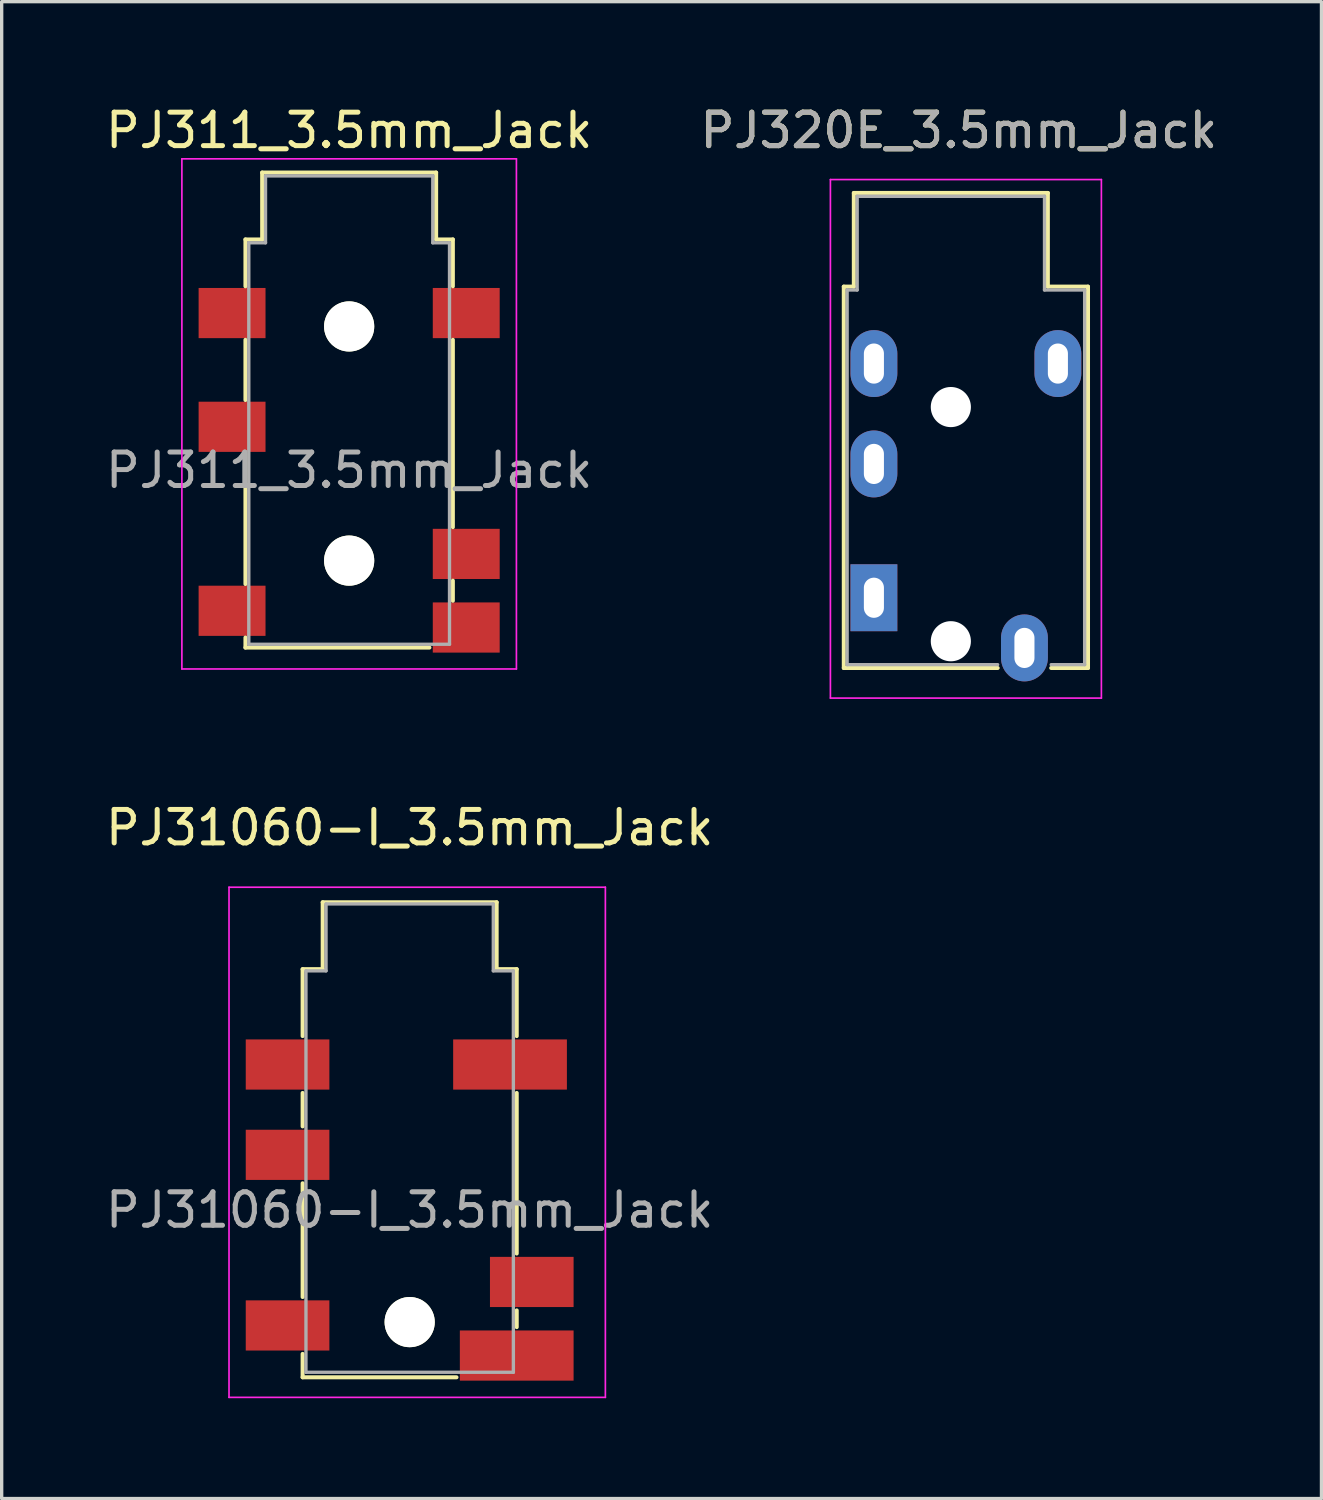
<source format=kicad_pcb>
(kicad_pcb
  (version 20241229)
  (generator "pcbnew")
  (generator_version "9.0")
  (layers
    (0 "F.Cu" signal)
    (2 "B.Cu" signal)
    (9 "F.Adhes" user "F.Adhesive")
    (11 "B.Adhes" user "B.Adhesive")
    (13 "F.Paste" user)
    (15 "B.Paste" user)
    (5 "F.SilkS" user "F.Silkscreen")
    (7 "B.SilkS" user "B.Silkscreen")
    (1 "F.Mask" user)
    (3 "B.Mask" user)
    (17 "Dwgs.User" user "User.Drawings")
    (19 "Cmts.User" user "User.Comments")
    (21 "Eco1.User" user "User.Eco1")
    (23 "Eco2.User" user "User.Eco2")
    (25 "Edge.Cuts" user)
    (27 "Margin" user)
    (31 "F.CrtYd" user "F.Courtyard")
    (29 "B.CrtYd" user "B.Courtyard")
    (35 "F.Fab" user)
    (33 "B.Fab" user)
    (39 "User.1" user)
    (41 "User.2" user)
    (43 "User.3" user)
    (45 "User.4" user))
  (footprint "PJ320E_3.5mm_Jack"
    (layer "F.Cu")
    (at 23.073 14.818)
    (property "Reference" "PJ320E_3.5mm_Jack" (at 2.54 -13.97 0) (layer "F.SilkS") (effects (font (size 1 1) (thickness 0.15))))
    (attr through_hole)
    (fp_line (start -0.9 -9.3) (end -0.9 2.1) (stroke (width 0.12) (type solid)) (layer "F.SilkS"))
    (fp_line (start -0.9 -9.3) (end -0.6 -9.3) (stroke (width 0.12) (type solid)) (layer "F.SilkS"))
    (fp_line (start -0.9 2.1) (end 3.7 2.1) (stroke (width 0.12) (type solid)) (layer "F.SilkS"))
    (fp_line (start -0.6 -9.3) (end -0.6 -12.1) (stroke (width 0.12) (type solid)) (layer "F.SilkS"))
    (fp_line (start 5.2 -12.1) (end -0.6 -12.1) (stroke (width 0.12) (type solid)) (layer "F.SilkS"))
    (fp_line (start 5.2 -9.3) (end 5.2 -12.1) (stroke (width 0.12) (type solid)) (layer "F.SilkS"))
    (fp_line (start 5.2 -9.3) (end 6.4 -9.3) (stroke (width 0.12) (type solid)) (layer "F.SilkS"))
    (fp_line (start 6.4 -9.3) (end 6.4 2.1) (stroke (width 0.12) (type solid)) (layer "F.SilkS"))
    (fp_line (start 6.4 2.1) (end 5.3 2.1) (stroke (width 0.12) (type solid)) (layer "F.SilkS"))
    (fp_line (start -1.3 -12.5) (end -1.3 3) (stroke (width 0.05) (type solid)) (layer "F.CrtYd"))
    (fp_line (start -1.3 -12.5) (end 6.8 -12.5) (stroke (width 0.05) (type solid)) (layer "F.CrtYd"))
    (fp_line (start -1.3 3) (end 6.8 3) (stroke (width 0.05) (type solid)) (layer "F.CrtYd"))
    (fp_line (start 6.8 -12.5) (end 6.8 3) (stroke (width 0.05) (type solid)) (layer "F.CrtYd"))
    (fp_line (start -0.8 -9.2) (end -0.5 -9.2) (stroke (width 0.1) (type solid)) (layer "F.Fab"))
    (fp_line (start -0.8 2) (end -0.8 -9.2) (stroke (width 0.1) (type solid)) (layer "F.Fab"))
    (fp_line (start -0.5 -12) (end 5.1 -12) (stroke (width 0.1) (type solid)) (layer "F.Fab"))
    (fp_line (start -0.5 -9.2) (end -0.5 -12) (stroke (width 0.1) (type solid)) (layer "F.Fab"))
    (fp_line (start 3.7 2) (end -0.8 2) (stroke (width 0.1) (type solid)) (layer "F.Fab"))
    (fp_line (start 5.1 -12) (end 5.1 -9.2) (stroke (width 0.1) (type solid)) (layer "F.Fab"))
    (fp_line (start 5.1 -9.2) (end 6.3 -9.2) (stroke (width 0.1) (type solid)) (layer "F.Fab"))
    (fp_line (start 6.3 -9.2) (end 6.3 2) (stroke (width 0.1) (type solid)) (layer "F.Fab"))
    (fp_line (start 6.3 2) (end 5.3 2) (stroke (width 0.1) (type solid)) (layer "F.Fab"))
    (fp_text user "${REFERENCE}" (at 2.54 -13.97 0) (layer "F.Fab") (effects (font (size 1 1) (thickness 0.15))))
    (pad "" np_thru_hole circle (at 2.3 -5.7 270) (size 1.2 1.2) (drill 1.2) (layers "*.Cu" "*.Mask"))
    (pad "" np_thru_hole circle (at 2.3 1.3 270) (size 1.2 1.2) (drill 1.2) (layers "*.Cu" "*.Mask"))
    (pad "1" thru_hole rect (at 0 0 270) (size 2 1.4) (drill oval 1.2 0.6) (layers "*.Cu" "*.Mask"))
    (pad "2" thru_hole oval (at 0 -4 270) (size 2 1.4) (drill oval 1.2 0.6) (layers "*.Cu" "*.Mask"))
    (pad "3" thru_hole oval (at 0 -7 270) (size 2 1.4) (drill oval 1.2 0.6) (layers "*.Cu" "*.Mask"))
    (pad "4" thru_hole oval (at 4.5 1.5 270) (size 2 1.4) (drill oval 1.2 0.6) (layers "*.Cu" "*.Mask"))
    (pad "5" thru_hole oval (at 5.5 -7 270) (size 2 1.4) (drill oval 1.2 0.6) (layers "*.Cu" "*.Mask")))
  (footprint "PJ311_3.5mm_Jack"
    (layer "F.Cu")
    (at 7.387 11.008)
    (property "Reference" "PJ311_3.5mm_Jack" (at 0 -10.16 0) (layer "F.SilkS") (effects (font (size 1 1) (thickness 0.15))))
    (attr smd)
    (fp_line (start -3.1 -6.9) (end -2.6 -6.9) (stroke (width 0.12) (type solid)) (layer "F.SilkS"))
    (fp_line (start -3.1 -5.5) (end -3.1 -6.9) (stroke (width 0.12) (type solid)) (layer "F.SilkS"))
    (fp_line (start -3.1 -2.1) (end -3.1 -3.9) (stroke (width 0.12) (type solid)) (layer "F.SilkS"))
    (fp_line (start -3.1 3.4) (end -3.1 -0.5) (stroke (width 0.12) (type solid)) (layer "F.SilkS"))
    (fp_line (start -3.1 5.3) (end -3.1 5) (stroke (width 0.12) (type solid)) (layer "F.SilkS"))
    (fp_line (start -2.6 -8.9) (end 2.6 -8.9) (stroke (width 0.12) (type solid)) (layer "F.SilkS"))
    (fp_line (start -2.6 -6.9) (end -2.6 -8.9) (stroke (width 0.12) (type solid)) (layer "F.SilkS"))
    (fp_line (start 2.4 5.3) (end -3.1 5.3) (stroke (width 0.12) (type solid)) (layer "F.SilkS"))
    (fp_line (start 2.6 -8.9) (end 2.6 -6.9) (stroke (width 0.12) (type solid)) (layer "F.SilkS"))
    (fp_line (start 2.6 -6.9) (end 3.1 -6.9) (stroke (width 0.12) (type solid)) (layer "F.SilkS"))
    (fp_line (start 3.1 -6.9) (end 3.1 -5.5) (stroke (width 0.12) (type solid)) (layer "F.SilkS"))
    (fp_line (start 3.1 -3.9) (end 3.1 1.7) (stroke (width 0.12) (type solid)) (layer "F.SilkS"))
    (fp_line (start 3.1 3.3) (end 3.1 3.9) (stroke (width 0.12) (type solid)) (layer "F.SilkS"))
    (fp_line (start -5 -9.31) (end -5 5.94) (stroke (width 0.05) (type solid)) (layer "F.CrtYd"))
    (fp_line (start -5 -9.31) (end 5 -9.31) (stroke (width 0.05) (type solid)) (layer "F.CrtYd"))
    (fp_line (start -5 5.94) (end 5 5.94) (stroke (width 0.05) (type solid)) (layer "F.CrtYd"))
    (fp_line (start 5 5.94) (end 5 -9.31) (stroke (width 0.05) (type solid)) (layer "F.CrtYd"))
    (fp_line (start -3 -6.8) (end -3 5.2) (stroke (width 0.1) (type solid)) (layer "F.Fab"))
    (fp_line (start -3 5.2) (end 3 5.2) (stroke (width 0.1) (type solid)) (layer "F.Fab"))
    (fp_line (start -2.5 -8.8) (end -2.5 -6.8) (stroke (width 0.1) (type solid)) (layer "F.Fab"))
    (fp_line (start -2.5 -6.8) (end -3 -6.8) (stroke (width 0.1) (type solid)) (layer "F.Fab"))
    (fp_line (start 2.5 -8.8) (end -2.5 -8.8) (stroke (width 0.1) (type solid)) (layer "F.Fab"))
    (fp_line (start 2.5 -6.8) (end 2.5 -8.8) (stroke (width 0.1) (type solid)) (layer "F.Fab"))
    (fp_line (start 3 -6.8) (end 2.5 -6.8) (stroke (width 0.1) (type solid)) (layer "F.Fab"))
    (fp_line (start 3 5.2) (end 3 -6.8) (stroke (width 0.1) (type solid)) (layer "F.Fab"))
    (fp_text user "${REFERENCE}" (at 0 0 0) (layer "F.Fab") (effects (font (size 1 1) (thickness 0.15))))
    (pad "" np_thru_hole circle (at 0 -4.3) (size 1.5 1.5) (drill 1.5) (layers "*.Cu" "*.Mask" "F.SilkS"))
    (pad "" np_thru_hole circle (at 0 2.7) (size 1.5 1.5) (drill 1.5) (layers "*.Cu" "*.Mask" "F.SilkS"))
    (pad "1" smd rect (at -3.5 -4.7) (size 2 1.5) (layers "F.Cu" "F.Mask" "F.Paste"))
    (pad "2" smd rect (at 3.5 -4.7) (size 2 1.5) (layers "F.Cu" "F.Mask" "F.Paste"))
    (pad "3" smd rect (at -3.5 -1.3) (size 2 1.5) (layers "F.Cu" "F.Mask" "F.Paste"))
    (pad "4" smd rect (at 3.5 2.5) (size 2 1.5) (layers "F.Cu" "F.Mask" "F.Paste"))
    (pad "5" smd rect (at 3.5 4.7) (size 2 1.5) (layers "F.Cu" "F.Mask" "F.Paste"))
    (pad "6" smd rect (at -3.5 4.2) (size 2 1.5) (layers "F.Cu" "F.Mask" "F.Paste")))
  (footprint "PJ31060-I_3.5mm_Jack"
    (layer "F.Cu")
    (at 9.196 33.121)
    (property "Reference" "PJ31060-I_3.5mm_Jack" (at 0 -11.43 0) (layer "F.SilkS") (effects (font (size 1 1) (thickness 0.15))))
    (attr smd)
    (fp_line (start -3.2 -7.2) (end -2.6 -7.2) (stroke (width 0.12) (type solid)) (layer "F.SilkS"))
    (fp_line (start -3.2 -5.2) (end -3.2 -7.2) (stroke (width 0.12) (type solid)) (layer "F.SilkS"))
    (fp_line (start -3.2 -2.5) (end -3.2 -3.5) (stroke (width 0.12) (type solid)) (layer "F.SilkS"))
    (fp_line (start -3.2 2.6) (end -3.2 -0.8) (stroke (width 0.12) (type solid)) (layer "F.SilkS"))
    (fp_line (start -3.2 5) (end -3.2 4.3) (stroke (width 0.12) (type solid)) (layer "F.SilkS"))
    (fp_line (start -2.6 -9.2) (end 2.6 -9.2) (stroke (width 0.12) (type solid)) (layer "F.SilkS"))
    (fp_line (start -2.6 -7.2) (end -2.6 -9.2) (stroke (width 0.12) (type solid)) (layer "F.SilkS"))
    (fp_line (start 1.4 5) (end -3.2 5) (stroke (width 0.12) (type solid)) (layer "F.SilkS"))
    (fp_line (start 2.6 -9.2) (end 2.6 -7.2) (stroke (width 0.12) (type solid)) (layer "F.SilkS"))
    (fp_line (start 2.6 -7.2) (end 3.2 -7.2) (stroke (width 0.12) (type solid)) (layer "F.SilkS"))
    (fp_line (start 3.2 -7.2) (end 3.2 -5.2) (stroke (width 0.12) (type solid)) (layer "F.SilkS"))
    (fp_line (start 3.2 -3.5) (end 3.2 1.3) (stroke (width 0.12) (type solid)) (layer "F.SilkS"))
    (fp_line (start 3.2 3) (end 3.2 3.5) (stroke (width 0.12) (type solid)) (layer "F.SilkS"))
    (fp_line (start -5.4 -9.65) (end -5.4 5.6) (stroke (width 0.05) (type solid)) (layer "F.CrtYd"))
    (fp_line (start -5.4 -9.65) (end 5.85 -9.65) (stroke (width 0.05) (type solid)) (layer "F.CrtYd"))
    (fp_line (start 5.85 5.6) (end -5.4 5.6) (stroke (width 0.05) (type solid)) (layer "F.CrtYd"))
    (fp_line (start 5.85 5.6) (end 5.85 -9.65) (stroke (width 0.05) (type solid)) (layer "F.CrtYd"))
    (fp_line (start -3.1 -7.15) (end -3.1 4.85) (stroke (width 0.1) (type solid)) (layer "F.Fab"))
    (fp_line (start -2.5 -9.15) (end -2.5 -7.15) (stroke (width 0.1) (type solid)) (layer "F.Fab"))
    (fp_line (start -2.5 -7.15) (end -3.1 -7.15) (stroke (width 0.1) (type solid)) (layer "F.Fab"))
    (fp_line (start 2.5 -9.15) (end -2.5 -9.15) (stroke (width 0.1) (type solid)) (layer "F.Fab"))
    (fp_line (start 2.5 -7.15) (end 2.5 -9.15) (stroke (width 0.1) (type solid)) (layer "F.Fab"))
    (fp_line (start 2.5 -7.15) (end 3.1 -7.15) (stroke (width 0.1) (type solid)) (layer "F.Fab"))
    (fp_line (start 3.1 -7.15) (end 3.1 4.85) (stroke (width 0.1) (type solid)) (layer "F.Fab"))
    (fp_line (start 3.1 4.85) (end -3.1 4.85) (stroke (width 0.1) (type solid)) (layer "F.Fab"))
    (fp_text user "${REFERENCE}" (at 0 0 0) (layer "F.Fab") (effects (font (size 1 1) (thickness 0.15))))
    (pad "" np_thru_hole circle (at 0 3.35) (size 1.5 1.5) (drill 1.5) (layers "*.Cu" "*.Mask" "F.SilkS"))
    (pad "1" smd rect (at -3.65 -4.35) (size 2.5 1.5) (layers "F.Cu" "F.Mask" "F.Paste"))
    (pad "2" smd rect (at 3.65 2.15) (size 2.5 1.5) (layers "F.Cu" "F.Mask" "F.Paste"))
    (pad "3" smd rect (at -3.65 -1.65) (size 2.5 1.5) (layers "F.Cu" "F.Mask" "F.Paste"))
    (pad "4" smd rect (at 3 -4.35) (size 3.4 1.5) (layers "F.Cu" "F.Mask" "F.Paste"))
    (pad "5" smd rect (at 3.2 4.35) (size 3.4 1.5) (layers "F.Cu" "F.Mask" "F.Paste"))
    (pad "6" smd rect (at -3.65 3.45) (size 2.5 1.5) (layers "F.Cu" "F.Mask" "F.Paste")))
  (gr_rect
    (start -3 -3)
    (end 36.452 41.746)
    (stroke (width 0.1) (type default))
    (fill no)
    (layer "Edge.Cuts")))
</source>
